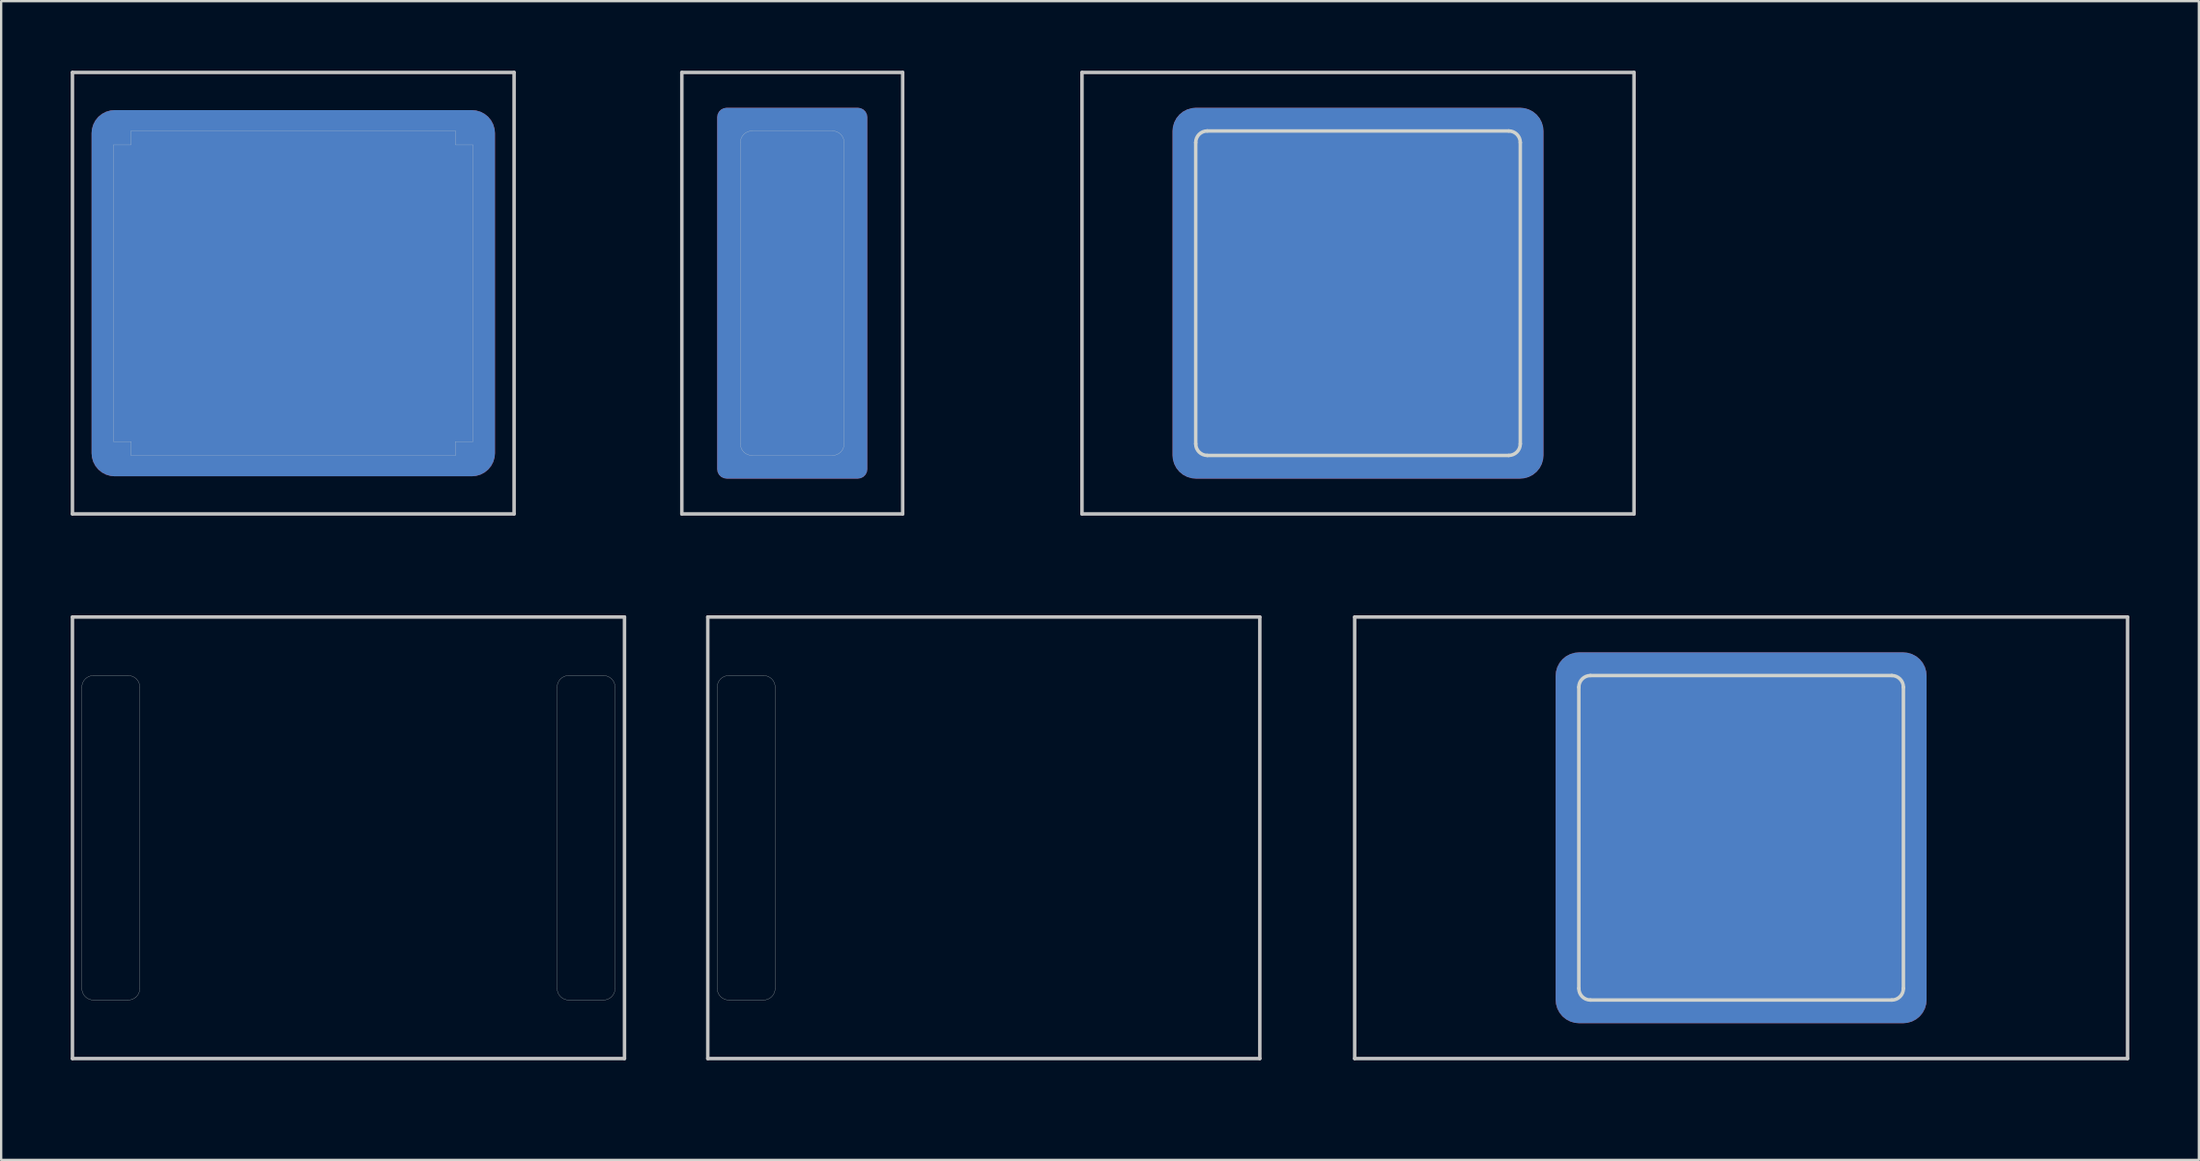
<source format=kicad_pcb>
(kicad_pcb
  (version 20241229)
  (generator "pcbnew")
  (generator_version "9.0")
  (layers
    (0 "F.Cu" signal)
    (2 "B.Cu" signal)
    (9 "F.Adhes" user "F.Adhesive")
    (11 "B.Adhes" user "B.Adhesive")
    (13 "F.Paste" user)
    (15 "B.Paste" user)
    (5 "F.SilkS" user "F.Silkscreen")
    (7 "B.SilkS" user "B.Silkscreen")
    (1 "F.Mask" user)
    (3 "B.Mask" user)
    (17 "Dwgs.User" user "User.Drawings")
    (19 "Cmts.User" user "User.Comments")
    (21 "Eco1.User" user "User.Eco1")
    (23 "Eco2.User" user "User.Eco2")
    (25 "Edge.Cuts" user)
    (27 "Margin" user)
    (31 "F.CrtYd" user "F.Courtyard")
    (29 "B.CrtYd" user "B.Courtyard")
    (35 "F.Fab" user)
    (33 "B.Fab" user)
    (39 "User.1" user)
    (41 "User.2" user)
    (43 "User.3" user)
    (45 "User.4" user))
  (footprint "MX_Cutout_1.25u"
    (layer "F.Cu")
    (at 55.526 9.6)
    (property "Reference" "MX_Cutout_1.25u" (at 0.25 10.05 0) (layer "Eco2.User") (effects (font (size 1 1) (thickness 0.15))))
    (attr through_hole)
    (fp_line (start -11.906 -9.525) (end 11.906 -9.525) (stroke (width 0.15) (type solid)) (layer "Dwgs.User"))
    (fp_line (start -11.906 9.525) (end -11.906 -9.525) (stroke (width 0.15) (type solid)) (layer "Dwgs.User"))
    (fp_line (start 11.906 -9.525) (end 11.906 9.525) (stroke (width 0.15) (type solid)) (layer "Dwgs.User"))
    (fp_line (start 11.906 9.525) (end -11.906 9.525) (stroke (width 0.15) (type solid)) (layer "Dwgs.User"))
    (fp_line (start -7 -6.5) (end -7 6.5) (stroke (width 0.15) (type solid)) (layer "Edge.Cuts"))
    (fp_line (start -6.5 7) (end 6.5 7) (stroke (width 0.15) (type solid)) (layer "Edge.Cuts"))
    (fp_line (start 6.5 -7) (end -6.5 -7) (stroke (width 0.15) (type solid)) (layer "Edge.Cuts"))
    (fp_line (start 7 6.5) (end 7 -6.5) (stroke (width 0.15) (type solid)) (layer "Edge.Cuts"))
    (fp_arc (start -7 -6.5) (mid -6.853553 -6.853553) (end -6.5 -7) (stroke (width 0.15) (type solid)) (layer "Edge.Cuts"))
    (fp_arc (start -6.5 7) (mid -6.853553 6.853553) (end -7 6.5) (stroke (width 0.15) (type solid)) (layer "Edge.Cuts"))
    (fp_arc (start 6.5 -7) (mid 6.853553 -6.853553) (end 7 -6.5) (stroke (width 0.15) (type solid)) (layer "Edge.Cuts"))
    (fp_arc (start 7 6.5) (mid 6.853553 6.853553) (end 6.5 7) (stroke (width 0.15) (type solid)) (layer "Edge.Cuts"))
    (pad "1" smd roundrect (at 0 0 180) (size 16 16) (layers "F.Cu" "F.Mask") (roundrect_rratio 0.063))
    (pad "1" smd roundrect (at 0 0 180) (size 16 16) (layers "B.Cu" "B.Mask") (roundrect_rratio 0.063)))
  (footprint "MX_Cutout_1.75u"
    (layer "F.Cu")
    (at 72.051 33.098)
    (property "Reference" "MX_Cutout_1.75u" (at 0.25 10.05 0) (layer "Eco2.User") (effects (font (size 1 1) (thickness 0.15))))
    (attr through_hole)
    (fp_line (start -16.669 -9.525) (end 16.669 -9.525) (stroke (width 0.15) (type solid)) (layer "Dwgs.User"))
    (fp_line (start -16.669 9.525) (end -16.669 -9.525) (stroke (width 0.15) (type solid)) (layer "Dwgs.User"))
    (fp_line (start 16.669 -9.525) (end 16.669 9.525) (stroke (width 0.15) (type solid)) (layer "Dwgs.User"))
    (fp_line (start 16.669 9.525) (end -16.669 9.525) (stroke (width 0.15) (type solid)) (layer "Dwgs.User"))
    (fp_line (start -7 -6.5) (end -7 6.5) (stroke (width 0.15) (type solid)) (layer "Edge.Cuts"))
    (fp_line (start -6.5 7) (end 6.5 7) (stroke (width 0.15) (type solid)) (layer "Edge.Cuts"))
    (fp_line (start 6.5 -7) (end -6.5 -7) (stroke (width 0.15) (type solid)) (layer "Edge.Cuts"))
    (fp_line (start 7 6.5) (end 7 -6.5) (stroke (width 0.15) (type solid)) (layer "Edge.Cuts"))
    (fp_arc (start -7 -6.5) (mid -6.853553 -6.853553) (end -6.5 -7) (stroke (width 0.15) (type solid)) (layer "Edge.Cuts"))
    (fp_arc (start -6.5 7) (mid -6.853553 6.853553) (end -7 6.5) (stroke (width 0.15) (type solid)) (layer "Edge.Cuts"))
    (fp_arc (start 6.5 -7) (mid 6.853553 -6.853553) (end 7 -6.5) (stroke (width 0.15) (type solid)) (layer "Edge.Cuts"))
    (fp_arc (start 7 6.5) (mid 6.853553 6.853553) (end 6.5 7) (stroke (width 0.15) (type solid)) (layer "Edge.Cuts"))
    (pad "1" smd roundrect (at 0 0 180) (size 16 16) (layers "F.Cu" "F.Mask") (roundrect_rratio 0.063))
    (pad "1" smd roundrect (at 0 0 180) (size 16 16) (layers "B.Cu" "B.Mask") (roundrect_rratio 0.063)))
  (footprint "MX_Cutout_1.25u_Acoustic_Single"
    (layer "F.Cu")
    (at 39.385 33.098)
    (property "Reference" "MX_Cutout_1.25u_Acoustic_Single" (at 0.25 10.05 0) (layer "Eco2.User") (effects (font (size 1 1) (thickness 0.15))))
    (attr through_hole)
    (fp_line (start -11.906 -9.525) (end 11.906 -9.525) (stroke (width 0.15) (type solid)) (layer "Dwgs.User"))
    (fp_line (start -11.906 9.525) (end -11.906 -9.525) (stroke (width 0.15) (type solid)) (layer "Dwgs.User"))
    (fp_line (start 11.906 -9.525) (end 11.906 9.525) (stroke (width 0.15) (type solid)) (layer "Dwgs.User"))
    (fp_line (start 11.906 9.525) (end -11.906 9.525) (stroke (width 0.15) (type solid)) (layer "Dwgs.User"))
    (fp_line (start -11.5 -6.5) (end -11.5 6.5) (stroke (width 0.01) (type solid)) (layer "Edge.Cuts"))
    (fp_line (start -11 7) (end -9.5 7) (stroke (width 0.01) (type solid)) (layer "Edge.Cuts"))
    (fp_line (start -9.5 -7) (end -11 -7) (stroke (width 0.01) (type solid)) (layer "Edge.Cuts"))
    (fp_line (start -9 -6.5) (end -9 6.5) (stroke (width 0.01) (type solid)) (layer "Edge.Cuts"))
    (fp_arc (start -11.5 -6.5) (mid -11.353553 -6.853553) (end -11 -7) (stroke (width 0.01) (type solid)) (layer "Edge.Cuts"))
    (fp_arc (start -11 7) (mid -11.353553 6.853553) (end -11.5 6.5) (stroke (width 0.01) (type solid)) (layer "Edge.Cuts"))
    (fp_arc (start -9.5 -7) (mid -9.146447 -6.853553) (end -9 -6.5) (stroke (width 0.01) (type solid)) (layer "Edge.Cuts"))
    (fp_arc (start -9 6.5) (mid -9.146447 6.853553) (end -9.5 7) (stroke (width 0.01) (type solid)) (layer "Edge.Cuts")))
  (footprint "MX-Alps_Cutout_1u"
    (layer "F.Cu")
    (at 9.6 9.6)
    (property "Reference" "MX-Alps_Cutout_1u" (at 0.25 10.05 0) (layer "Eco2.User") (effects (font (size 1 1) (thickness 0.15))))
    (attr through_hole)
    (fp_line (start -9.525 -9.525) (end 9.525 -9.525) (stroke (width 0.15) (type solid)) (layer "Dwgs.User"))
    (fp_line (start -9.525 9.525) (end -9.525 -9.525) (stroke (width 0.15) (type solid)) (layer "Dwgs.User"))
    (fp_line (start 9.525 -9.525) (end 9.525 9.525) (stroke (width 0.15) (type solid)) (layer "Dwgs.User"))
    (fp_line (start 9.525 9.525) (end -9.525 9.525) (stroke (width 0.15) (type solid)) (layer "Dwgs.User"))
    (fp_line (start -7.75 -6.4) (end -7.75 6.4) (stroke (width 0.01) (type solid)) (layer "Edge.Cuts"))
    (fp_line (start -7.75 -6.4) (end -7 -6.4) (stroke (width 0.01) (type solid)) (layer "Edge.Cuts"))
    (fp_line (start -7 -7) (end 7 -7) (stroke (width 0.01) (type solid)) (layer "Edge.Cuts"))
    (fp_line (start -7 -6.4) (end -7 -7) (stroke (width 0.01) (type solid)) (layer "Edge.Cuts"))
    (fp_line (start -7 6.4) (end -7.75 6.4) (stroke (width 0.01) (type solid)) (layer "Edge.Cuts"))
    (fp_line (start -7 7) (end -7 6.4) (stroke (width 0.01) (type solid)) (layer "Edge.Cuts"))
    (fp_line (start -7 7) (end 7 7) (stroke (width 0.01) (type solid)) (layer "Edge.Cuts"))
    (fp_line (start 7 -7) (end 7 -6.4) (stroke (width 0.01) (type solid)) (layer "Edge.Cuts"))
    (fp_line (start 7 -6.4) (end 7.75 -6.4) (stroke (width 0.01) (type solid)) (layer "Edge.Cuts"))
    (fp_line (start 7 6.4) (end 7 7) (stroke (width 0.01) (type solid)) (layer "Edge.Cuts"))
    (fp_line (start 7.75 -6.4) (end 7.75 6.4) (stroke (width 0.01) (type solid)) (layer "Edge.Cuts"))
    (fp_line (start 7.75 6.4) (end 7 6.4) (stroke (width 0.01) (type solid)) (layer "Edge.Cuts"))
    (pad "1" smd roundrect (at 0 0 180) (size 17.4 15.8) (layers "F.Cu" "F.Mask") (roundrect_rratio 0.063))
    (pad "1" smd roundrect (at 0 0 180) (size 17.4 15.8) (layers "B.Cu" "B.Mask") (roundrect_rratio 0.063)))
  (footprint "MX_Cutout_1.25u_Acoustic"
    (layer "F.Cu")
    (at 11.981 33.098)
    (property "Reference" "MX_Cutout_1.25u_Acoustic" (at 0.25 10.05 0) (layer "Eco2.User") (effects (font (size 1 1) (thickness 0.15))))
    (attr through_hole)
    (fp_line (start -11.906 -9.525) (end 11.906 -9.525) (stroke (width 0.15) (type solid)) (layer "Dwgs.User"))
    (fp_line (start -11.906 9.525) (end -11.906 -9.525) (stroke (width 0.15) (type solid)) (layer "Dwgs.User"))
    (fp_line (start 11.906 -9.525) (end 11.906 9.525) (stroke (width 0.15) (type solid)) (layer "Dwgs.User"))
    (fp_line (start 11.906 9.525) (end -11.906 9.525) (stroke (width 0.15) (type solid)) (layer "Dwgs.User"))
    (fp_line (start -11.5 -6.5) (end -11.5 6.5) (stroke (width 0.01) (type solid)) (layer "Edge.Cuts"))
    (fp_line (start -11 7) (end -9.5 7) (stroke (width 0.01) (type solid)) (layer "Edge.Cuts"))
    (fp_line (start -9.5 -7) (end -11 -7) (stroke (width 0.01) (type solid)) (layer "Edge.Cuts"))
    (fp_line (start -9 -6.5) (end -9 6.5) (stroke (width 0.01) (type solid)) (layer "Edge.Cuts"))
    (fp_line (start 9 -6.5) (end 9 6.5) (stroke (width 0.01) (type solid)) (layer "Edge.Cuts"))
    (fp_line (start 9.5 7) (end 11 7) (stroke (width 0.01) (type solid)) (layer "Edge.Cuts"))
    (fp_line (start 11 -7) (end 9.5 -7) (stroke (width 0.01) (type solid)) (layer "Edge.Cuts"))
    (fp_line (start 11.5 -6.5) (end 11.5 6.5) (stroke (width 0.01) (type solid)) (layer "Edge.Cuts"))
    (fp_arc (start -11.5 -6.5) (mid -11.353553 -6.853553) (end -11 -7) (stroke (width 0.01) (type solid)) (layer "Edge.Cuts"))
    (fp_arc (start -11 7) (mid -11.353553 6.853553) (end -11.5 6.5) (stroke (width 0.01) (type solid)) (layer "Edge.Cuts"))
    (fp_arc (start -9.5 -7) (mid -9.146447 -6.853553) (end -9 -6.5) (stroke (width 0.01) (type solid)) (layer "Edge.Cuts"))
    (fp_arc (start -9 6.5) (mid -9.146447 6.853553) (end -9.5 7) (stroke (width 0.01) (type solid)) (layer "Edge.Cuts"))
    (fp_arc (start 9 -6.5) (mid 9.146447 -6.853553) (end 9.5 -7) (stroke (width 0.01) (type solid)) (layer "Edge.Cuts"))
    (fp_arc (start 9.5 7) (mid 9.146447 6.853553) (end 9 6.5) (stroke (width 0.01) (type solid)) (layer "Edge.Cuts"))
    (fp_arc (start 11 -7) (mid 11.353553 -6.853553) (end 11.5 -6.5) (stroke (width 0.01) (type solid)) (layer "Edge.Cuts"))
    (fp_arc (start 11.5 6.5) (mid 11.353553 6.853553) (end 11 7) (stroke (width 0.01) (type solid)) (layer "Edge.Cuts")))
  (footprint "MX_Cutout_0.5u_Blocker"
    (layer "F.Cu")
    (at 31.123 9.6)
    (property "Reference" "MX_Cutout_0.5u_Blocker" (at 0.25 10.05 0) (layer "Eco2.User") (effects (font (size 1 1) (thickness 0.15))))
    (fp_line (start -4.763 -9.525) (end 4.763 -9.525) (stroke (width 0.15) (type solid)) (layer "Dwgs.User"))
    (fp_line (start -4.763 9.525) (end -4.763 -9.525) (stroke (width 0.15) (type solid)) (layer "Dwgs.User"))
    (fp_line (start 4.763 -9.525) (end 4.763 9.525) (stroke (width 0.15) (type solid)) (layer "Dwgs.User"))
    (fp_line (start 4.763 9.525) (end -4.763 9.525) (stroke (width 0.15) (type solid)) (layer "Dwgs.User"))
    (fp_line (start -2.237 -6.5) (end -2.237 6.5) (stroke (width 0.01) (type solid)) (layer "Edge.Cuts"))
    (fp_line (start -1.738 -7) (end 1.738 -7) (stroke (width 0.01) (type solid)) (layer "Edge.Cuts"))
    (fp_line (start -1.738 7) (end 1.738 7) (stroke (width 0.01) (type solid)) (layer "Edge.Cuts"))
    (fp_line (start 2.237 6.5) (end 2.237 -6.5) (stroke (width 0.01) (type solid)) (layer "Edge.Cuts"))
    (fp_arc (start -2.2375 -6.5) (mid -2.091053 -6.853553) (end -1.7375 -7) (stroke (width 0.01) (type solid)) (layer "Edge.Cuts"))
    (fp_arc (start -1.7375 7) (mid -2.091053 6.853553) (end -2.2375 6.5) (stroke (width 0.01) (type solid)) (layer "Edge.Cuts"))
    (fp_arc (start 1.7375 -7) (mid 2.091053 -6.853553) (end 2.2375 -6.5) (stroke (width 0.01) (type solid)) (layer "Edge.Cuts"))
    (fp_arc (start 2.2375 6.5) (mid 2.091053 6.853553) (end 1.7375 7) (stroke (width 0.01) (type solid)) (layer "Edge.Cuts"))
    (pad "1" smd roundrect (at 0 0 180) (size 6.475 16) (layers "F.Cu" "F.Mask") (roundrect_rratio 0.063))
    (pad "1" smd roundrect (at 0 0 180) (size 6.475 16) (layers "B.Cu" "B.Mask") (roundrect_rratio 0.063)))
  (gr_rect
    (start -3 -3)
    (end 91.795 46.996)
    (stroke (width 0.1) (type default))
    (fill no)
    (layer "Edge.Cuts")))
</source>
